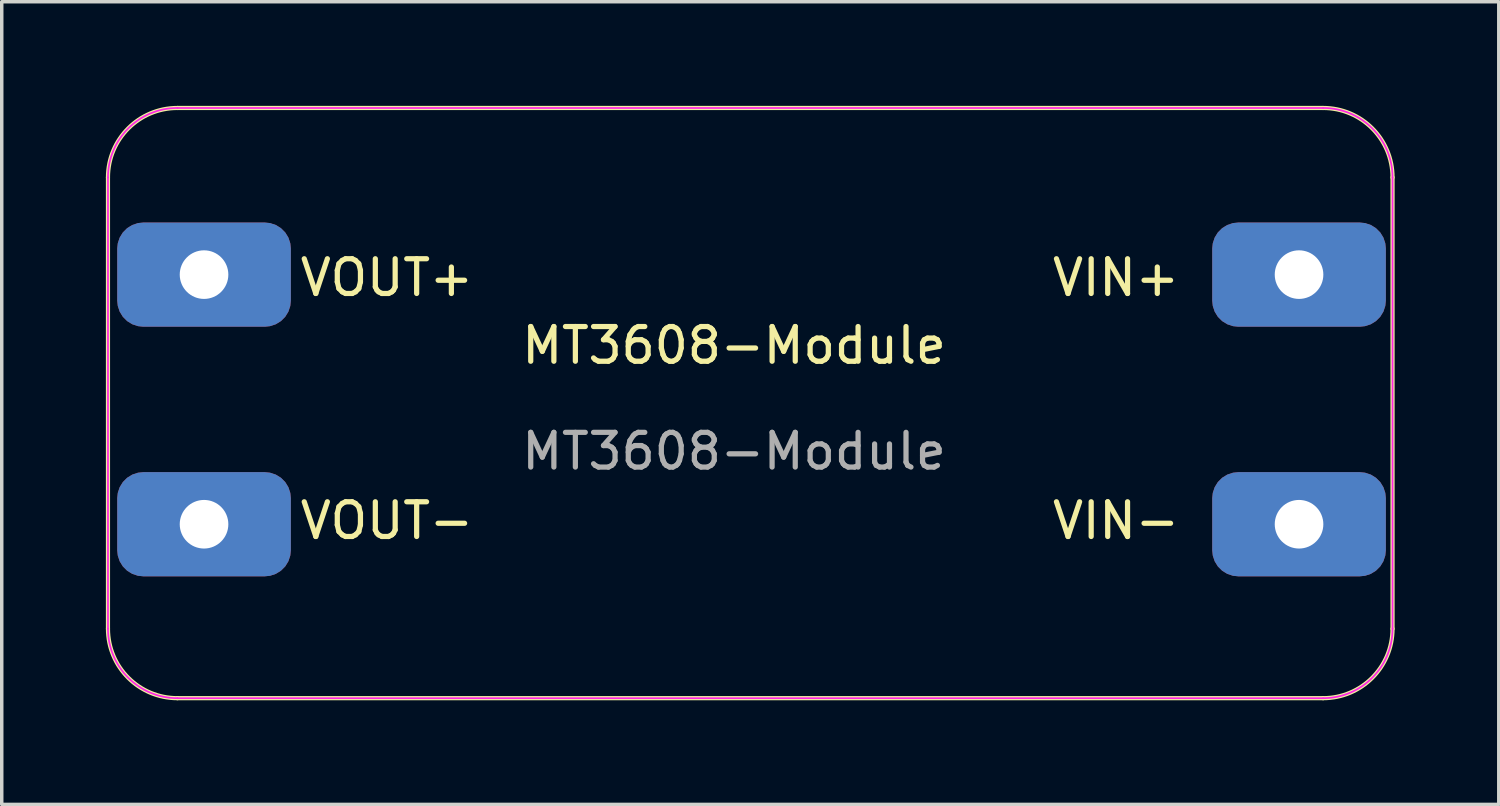
<source format=kicad_pcb>
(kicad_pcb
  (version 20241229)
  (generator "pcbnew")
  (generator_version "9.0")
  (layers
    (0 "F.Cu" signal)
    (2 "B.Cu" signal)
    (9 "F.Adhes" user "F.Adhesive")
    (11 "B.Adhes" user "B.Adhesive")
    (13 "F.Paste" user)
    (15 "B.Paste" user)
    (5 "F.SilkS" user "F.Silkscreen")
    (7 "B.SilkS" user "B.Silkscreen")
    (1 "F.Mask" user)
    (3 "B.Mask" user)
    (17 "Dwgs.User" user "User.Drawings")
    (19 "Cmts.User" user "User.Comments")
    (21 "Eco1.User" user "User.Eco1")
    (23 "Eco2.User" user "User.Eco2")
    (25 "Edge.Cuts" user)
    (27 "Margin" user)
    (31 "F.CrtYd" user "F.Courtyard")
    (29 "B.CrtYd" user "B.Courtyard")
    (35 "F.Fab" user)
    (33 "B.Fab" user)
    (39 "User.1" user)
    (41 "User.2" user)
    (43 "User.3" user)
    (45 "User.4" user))
  (footprint "MT3608-Module"
    (layer "F.Cu")
    (at 18.094 8.948)
    (property "Reference" "MT3608-Module" (at 0 -2.048 0) (unlocked yes) (layer "F.SilkS") (effects (font (size 1 1) (thickness 0.15))))
    (attr smd)
    (fp_line (start -18.034 -6.888) (end -18.034 6.112) (stroke (width 0.12) (type solid)) (layer "F.SilkS"))
    (fp_line (start -16.034 8.112) (end 16.966 8.112) (stroke (width 0.12) (type solid)) (layer "F.SilkS"))
    (fp_line (start 16.966 -8.888) (end -16.034 -8.888) (stroke (width 0.12) (type solid)) (layer "F.SilkS"))
    (fp_line (start 18.966 6.112) (end 18.966 -6.888) (stroke (width 0.12) (type solid)) (layer "F.SilkS"))
    (fp_arc (start -18.034 -6.888) (mid -17.448214 -8.302214) (end -16.034 -8.888) (stroke (width 0.12) (type solid)) (layer "F.SilkS"))
    (fp_arc (start -16.034 8.112) (mid -17.448214 7.526214) (end -18.034 6.112) (stroke (width 0.12) (type solid)) (layer "F.SilkS"))
    (fp_arc (start 16.966 -8.888) (mid 18.380214 -8.302214) (end 18.966 -6.888) (stroke (width 0.12) (type solid)) (layer "F.SilkS"))
    (fp_arc (start 18.966 6.112) (mid 18.380214 7.526214) (end 16.966 8.112) (stroke (width 0.12) (type solid)) (layer "F.SilkS"))
    (fp_line (start -18.034 6.112) (end -18.034 -6.888) (stroke (width 0.05) (type solid)) (layer "F.CrtYd"))
    (fp_line (start -16.034 -8.888) (end 16.966 -8.888) (stroke (width 0.05) (type solid)) (layer "F.CrtYd"))
    (fp_line (start 16.966 8.112) (end -16.034 8.112) (stroke (width 0.05) (type solid)) (layer "F.CrtYd"))
    (fp_line (start 18.966 -6.888) (end 18.966 6.112) (stroke (width 0.05) (type solid)) (layer "F.CrtYd"))
    (fp_arc (start -18.034 -6.888) (mid -17.448214 -8.302214) (end -16.034 -8.888) (stroke (width 0.05) (type solid)) (layer "F.CrtYd"))
    (fp_arc (start -16.034 8.112) (mid -17.448214 7.526214) (end -18.034 6.112) (stroke (width 0.05) (type solid)) (layer "F.CrtYd"))
    (fp_arc (start 16.966 -8.888) (mid 18.380214 -8.302214) (end 18.966 -6.888) (stroke (width 0.05) (type solid)) (layer "F.CrtYd"))
    (fp_arc (start 18.966 6.112) (mid 18.380214 7.526214) (end 16.966 8.112) (stroke (width 0.05) (type solid)) (layer "F.CrtYd"))
    (fp_text user "VOUT-" (at -10 3 0) (unlocked yes) (layer "F.SilkS") (effects (font (size 1 1) (thickness 0.15))))
    (fp_text user "VIN+" (at 11 -4 0) (unlocked yes) (layer "F.SilkS") (effects (font (size 1 1) (thickness 0.15))))
    (fp_text user "VIN-" (at 11 3 0) (unlocked yes) (layer "F.SilkS") (effects (font (size 1 1) (thickness 0.15))))
    (fp_text user "VOUT+" (at -10 -4 0) (unlocked yes) (layer "F.SilkS") (effects (font (size 1 1) (thickness 0.15))))
    (fp_text user "${REFERENCE}" (at 0 1 0) (unlocked yes) (layer "F.Fab") (effects (font (size 1 1) (thickness 0.15))))
    (pad "1" thru_hole roundrect (at 16.273 -4.088) (size 5 3) (drill 1.4) (layers "*.Cu" "*.Mask") (roundrect_rratio 0.25))
    (pad "2" thru_hole roundrect (at 16.273 3.102) (size 5 3) (drill 1.4) (layers "*.Cu" "*.Mask") (roundrect_rratio 0.25))
    (pad "3" thru_hole roundrect (at -15.267 -4.088) (size 5 3) (drill 1.4) (layers "*.Cu" "*.Mask") (roundrect_rratio 0.25))
    (pad "4" thru_hole roundrect (at -15.267 3.102) (size 5 3) (drill 1.4) (layers "*.Cu" "*.Mask") (roundrect_rratio 0.25)))
  (gr_rect
    (start -3 -3)
    (end 40.12 20.12)
    (stroke (width 0.1) (type default))
    (fill no)
    (layer "Edge.Cuts")))
</source>
